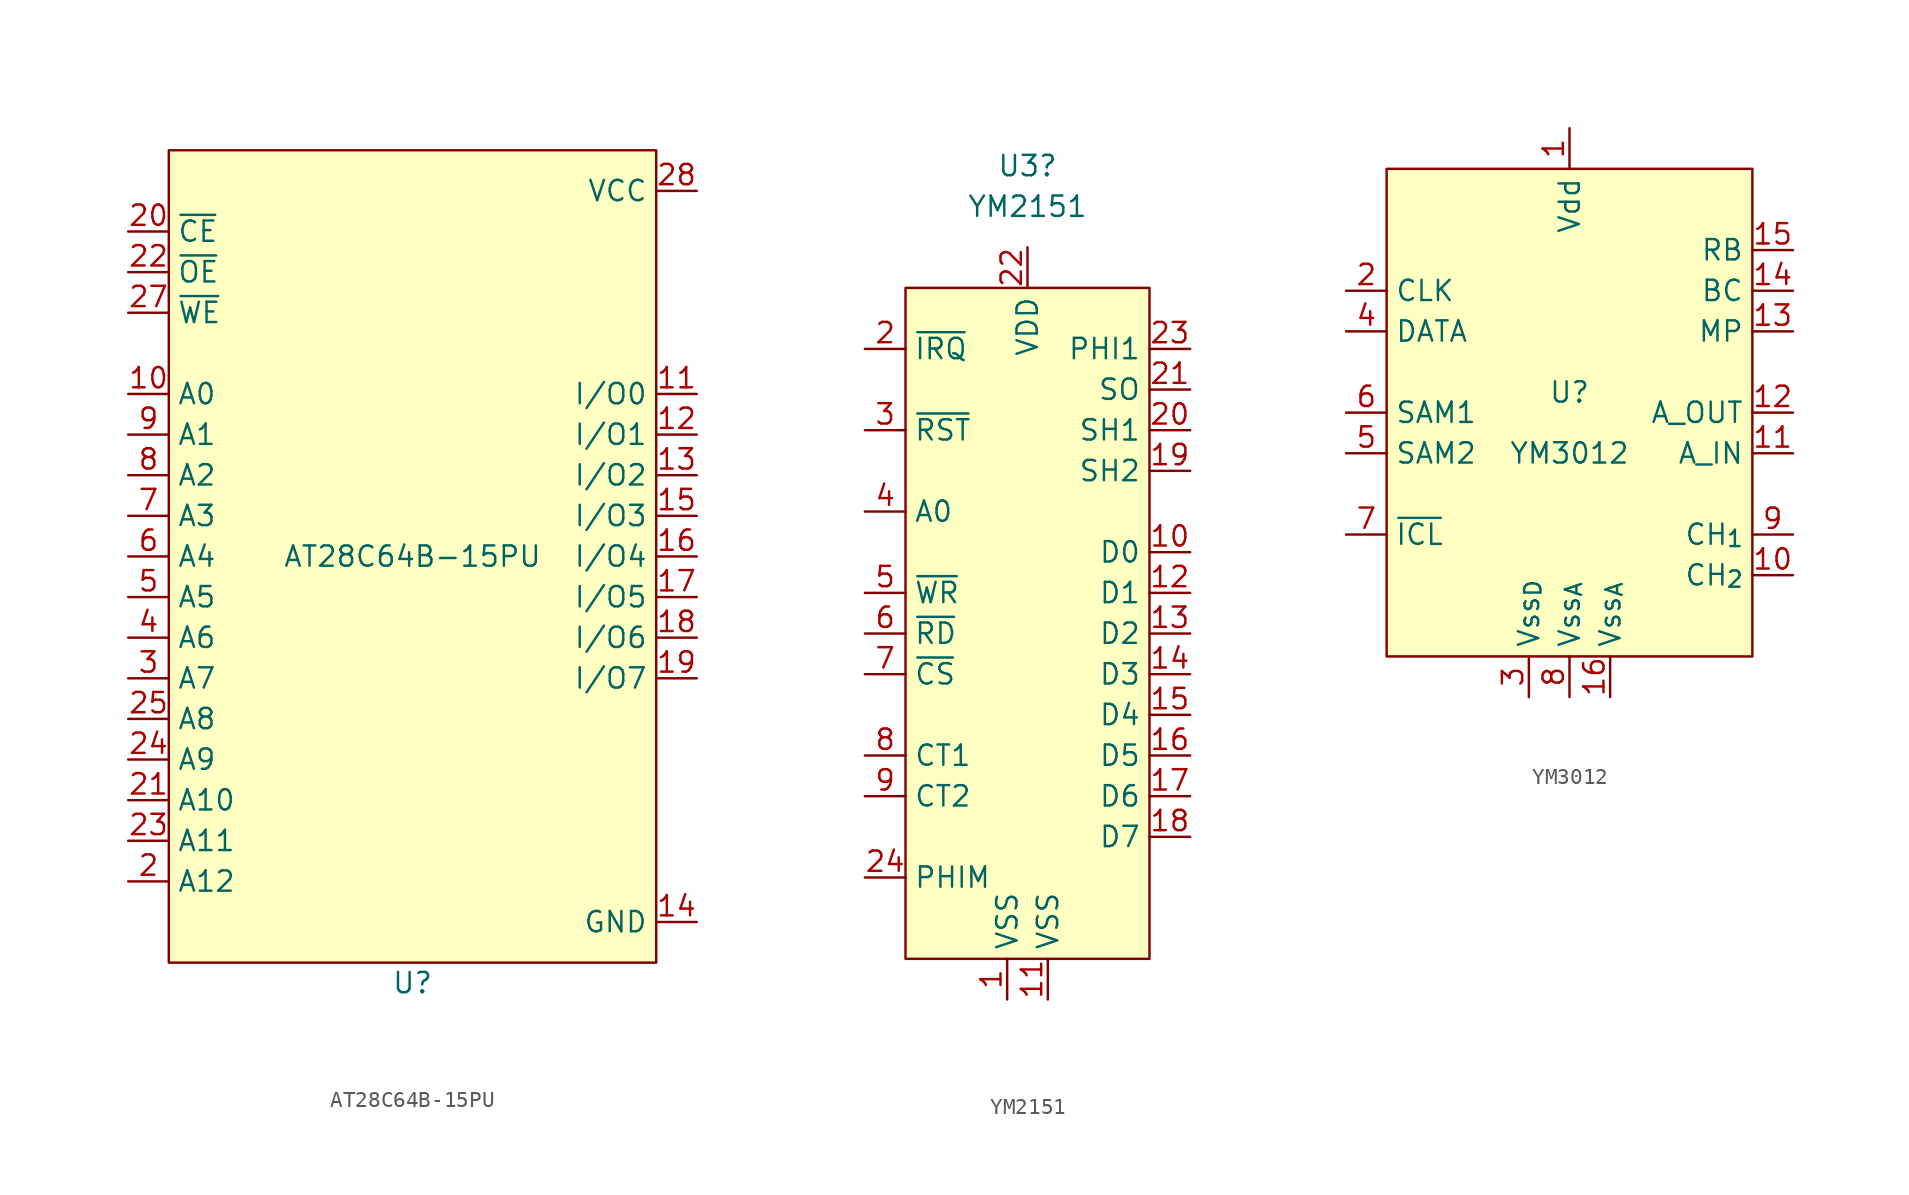
<source format=kicad_sym>
(kicad_symbol_lib
  (version 20211014)
  (generator kicad_symbol_editor)
  (symbol "AT28C64B-15PU"
    (property "Reference" "U"
      (at 0 -26.67 0)
      (effects (font (size 1.27 1.27))))
    (property "Value" "AT28C64B-15PU"
      (at 0 0 0)
      (effects (font (size 1.27 1.27))))
    (symbol "AT28C64B-15PU_0_0"
      (pin input line (at -17.78 10.16 0) (length 2.54) (name "A0" (effects (font (size 1.27 1.27)))) (number "10" (effects (font (size 1.27 1.27)))))
      (pin bidirectional line (at 17.78 10.16 180) (length 2.54) (name "I/O0" (effects (font (size 1.27 1.27)))) (number "11" (effects (font (size 1.27 1.27)))))
      (pin bidirectional line (at 17.78 7.62 180) (length 2.54) (name "I/O1" (effects (font (size 1.27 1.27)))) (number "12" (effects (font (size 1.27 1.27)))))
      (pin bidirectional line (at 17.78 5.08 180) (length 2.54) (name "I/O2" (effects (font (size 1.27 1.27)))) (number "13" (effects (font (size 1.27 1.27)))))
      (pin power_in line (at 17.78 -22.86 180) (length 2.54) (name "GND" (effects (font (size 1.27 1.27)))) (number "14" (effects (font (size 1.27 1.27)))))
      (pin bidirectional line (at 17.78 2.54 180) (length 2.54) (name "I/O3" (effects (font (size 1.27 1.27)))) (number "15" (effects (font (size 1.27 1.27)))))
      (pin bidirectional line (at 17.78 0 180) (length 2.54) (name "I/O4" (effects (font (size 1.27 1.27)))) (number "16" (effects (font (size 1.27 1.27)))))
      (pin bidirectional line (at 17.78 -2.54 180) (length 2.54) (name "I/O5" (effects (font (size 1.27 1.27)))) (number "17" (effects (font (size 1.27 1.27)))))
      (pin bidirectional line (at 17.78 -5.08 180) (length 2.54) (name "I/O6" (effects (font (size 1.27 1.27)))) (number "18" (effects (font (size 1.27 1.27)))))
      (pin bidirectional line (at 17.78 -7.62 180) (length 2.54) (name "I/O7" (effects (font (size 1.27 1.27)))) (number "19" (effects (font (size 1.27 1.27)))))
      (pin input line (at -17.78 -20.32 0) (length 2.54) (name "A12" (effects (font (size 1.27 1.27)))) (number "2" (effects (font (size 1.27 1.27)))))
      (pin input line (at -17.78 20.32 0) (length 2.54) (name "~{CE}" (effects (font (size 1.27 1.27)))) (number "20" (effects (font (size 1.27 1.27)))))
      (pin input line (at -17.78 -15.24 0) (length 2.54) (name "A10" (effects (font (size 1.27 1.27)))) (number "21" (effects (font (size 1.27 1.27)))))
      (pin input line (at -17.78 17.78 0) (length 2.54) (name "~{OE}" (effects (font (size 1.27 1.27)))) (number "22" (effects (font (size 1.27 1.27)))))
      (pin input line (at -17.78 -17.78 0) (length 2.54) (name "A11" (effects (font (size 1.27 1.27)))) (number "23" (effects (font (size 1.27 1.27)))))
      (pin input line (at -17.78 -12.7 0) (length 2.54) (name "A9" (effects (font (size 1.27 1.27)))) (number "24" (effects (font (size 1.27 1.27)))))
      (pin input line (at -17.78 -10.16 0) (length 2.54) (name "A8" (effects (font (size 1.27 1.27)))) (number "25" (effects (font (size 1.27 1.27)))))
      (pin input line (at -17.78 15.24 0) (length 2.54) (name "~{WE}" (effects (font (size 1.27 1.27)))) (number "27" (effects (font (size 1.27 1.27)))))
      (pin power_in line (at 17.78 22.86 180) (length 2.54) (name "VCC" (effects (font (size 1.27 1.27)))) (number "28" (effects (font (size 1.27 1.27)))))
      (pin input line (at -17.78 -7.62 0) (length 2.54) (name "A7" (effects (font (size 1.27 1.27)))) (number "3" (effects (font (size 1.27 1.27)))))
      (pin input line (at -17.78 -5.08 0) (length 2.54) (name "A6" (effects (font (size 1.27 1.27)))) (number "4" (effects (font (size 1.27 1.27)))))
      (pin input line (at -17.78 -2.54 0) (length 2.54) (name "A5" (effects (font (size 1.27 1.27)))) (number "5" (effects (font (size 1.27 1.27)))))
      (pin input line (at -17.78 0 0) (length 2.54) (name "A4" (effects (font (size 1.27 1.27)))) (number "6" (effects (font (size 1.27 1.27)))))
      (pin input line (at -17.78 2.54 0) (length 2.54) (name "A3" (effects (font (size 1.27 1.27)))) (number "7" (effects (font (size 1.27 1.27)))))
      (pin input line (at -17.78 5.08 0) (length 2.54) (name "A2" (effects (font (size 1.27 1.27)))) (number "8" (effects (font (size 1.27 1.27)))))
      (pin input line (at -17.78 7.62 0) (length 2.54) (name "A1" (effects (font (size 1.27 1.27)))) (number "9" (effects (font (size 1.27 1.27))))))
    (symbol "AT28C64B-15PU_0_1"
      (rectangle (start -15.24 25.4) (end 15.24 -25.4) (stroke (width 0.152) (type default) (color 0 0 0 0)) (fill (type background)))))
  (symbol "YM2151"
    (property "Reference" "U3"
      (at 0 25.4 0)
      (effects (font (size 1.27 1.27))))
    (property "Value" "YM2151"
      (at 0 22.86 0)
      (effects (font (size 1.27 1.27))))
    (symbol "YM2151_0_0"
      (pin power_in line (at -1.27 -26.67 90) (length 2.54) (name "VSS" (effects (font (size 1.27 1.27)))) (number "1" (effects (font (size 1.27 1.27)))))
      (pin tri_state line (at 10.16 1.27 180) (length 2.54) (name "D0" (effects (font (size 1.27 1.27)))) (number "10" (effects (font (size 1.27 1.27)))))
      (pin power_in line (at 1.27 -26.67 90) (length 2.54) (name "VSS" (effects (font (size 1.27 1.27)))) (number "11" (effects (font (size 1.27 1.27)))))
      (pin tri_state line (at 10.16 -1.27 180) (length 2.54) (name "D1" (effects (font (size 1.27 1.27)))) (number "12" (effects (font (size 1.27 1.27)))))
      (pin tri_state line (at 10.16 -3.81 180) (length 2.54) (name "D2" (effects (font (size 1.27 1.27)))) (number "13" (effects (font (size 1.27 1.27)))))
      (pin tri_state line (at 10.16 -6.35 180) (length 2.54) (name "D3" (effects (font (size 1.27 1.27)))) (number "14" (effects (font (size 1.27 1.27)))))
      (pin tri_state line (at 10.16 -8.89 180) (length 2.54) (name "D4" (effects (font (size 1.27 1.27)))) (number "15" (effects (font (size 1.27 1.27)))))
      (pin tri_state line (at 10.16 -11.43 180) (length 2.54) (name "D5" (effects (font (size 1.27 1.27)))) (number "16" (effects (font (size 1.27 1.27)))))
      (pin tri_state line (at 10.16 -13.97 180) (length 2.54) (name "D6" (effects (font (size 1.27 1.27)))) (number "17" (effects (font (size 1.27 1.27)))))
      (pin tri_state line (at 10.16 -16.51 180) (length 2.54) (name "D7" (effects (font (size 1.27 1.27)))) (number "18" (effects (font (size 1.27 1.27)))))
      (pin output line (at 10.16 6.35 180) (length 2.54) (name "SH2" (effects (font (size 1.27 1.27)))) (number "19" (effects (font (size 1.27 1.27)))))
      (pin open_collector line (at -10.16 13.97 0) (length 2.54) (name "~{IRQ}" (effects (font (size 1.27 1.27)))) (number "2" (effects (font (size 1.27 1.27)))))
      (pin output line (at 10.16 8.89 180) (length 2.54) (name "SH1" (effects (font (size 1.27 1.27)))) (number "20" (effects (font (size 1.27 1.27)))))
      (pin output line (at 10.16 11.43 180) (length 2.54) (name "SO" (effects (font (size 1.27 1.27)))) (number "21" (effects (font (size 1.27 1.27)))))
      (pin power_in line (at 0 20.32 270) (length 2.54) (name "VDD" (effects (font (size 1.27 1.27)))) (number "22" (effects (font (size 1.27 1.27)))))
      (pin output line (at 10.16 13.97 180) (length 2.54) (name "PHI1" (effects (font (size 1.27 1.27)))) (number "23" (effects (font (size 1.27 1.27)))))
      (pin input line (at -10.16 -19.05 0) (length 2.54) (name "PHIM" (effects (font (size 1.27 1.27)))) (number "24" (effects (font (size 1.27 1.27)))))
      (pin input line (at -10.16 8.89 0) (length 2.54) (name "~{RST}" (effects (font (size 1.27 1.27)))) (number "3" (effects (font (size 1.27 1.27)))))
      (pin input line (at -10.16 3.81 0) (length 2.54) (name "A0" (effects (font (size 1.27 1.27)))) (number "4" (effects (font (size 1.27 1.27)))))
      (pin input line (at -10.16 -1.27 0) (length 2.54) (name "~{WR}" (effects (font (size 1.27 1.27)))) (number "5" (effects (font (size 1.27 1.27)))))
      (pin input line (at -10.16 -3.81 0) (length 2.54) (name "~{RD}" (effects (font (size 1.27 1.27)))) (number "6" (effects (font (size 1.27 1.27)))))
      (pin input line (at -10.16 -6.35 0) (length 2.54) (name "~{CS}" (effects (font (size 1.27 1.27)))) (number "7" (effects (font (size 1.27 1.27)))))
      (pin output line (at -10.16 -11.43 0) (length 2.54) (name "CT1" (effects (font (size 1.27 1.27)))) (number "8" (effects (font (size 1.27 1.27)))))
      (pin output line (at -10.16 -13.97 0) (length 2.54) (name "CT2" (effects (font (size 1.27 1.27)))) (number "9" (effects (font (size 1.27 1.27))))))
    (symbol "YM2151_0_1"
      (rectangle (start -7.62 17.78) (end 7.62 -24.13) (stroke (width 0.152) (type default) (color 0 0 0 0)) (fill (type background)))))
  (symbol "YM3012"
    (property "Reference" "U"
      (at 0 1.27 0)
      (effects (font (size 1.27 1.27))))
    (property "Value" "YM3012"
      (at 0 -2.54 0)
      (effects (font (size 1.27 1.27))))
    (symbol "YM3012_0_0"
      (pin power_in line (at 0 17.78 270) (length 2.54) (name "Vdd" (effects (font (size 1.27 1.27)))) (number "1" (effects (font (size 1.27 1.27)))))
      (pin output line (at 13.97 -10.16 180) (length 2.54) (name "CH_{2}" (effects (font (size 1.27 1.27)))) (number "10" (effects (font (size 1.27 1.27)))))
      (pin input line (at 13.97 -2.54 180) (length 2.54) (name "A_IN" (effects (font (size 1.27 1.27)))) (number "11" (effects (font (size 1.27 1.27)))))
      (pin output line (at 13.97 0 180) (length 2.54) (name "A_OUT" (effects (font (size 1.27 1.27)))) (number "12" (effects (font (size 1.27 1.27)))))
      (pin input line (at 13.97 5.08 180) (length 2.54) (name "MP" (effects (font (size 1.27 1.27)))) (number "13" (effects (font (size 1.27 1.27)))))
      (pin input line (at 13.97 7.62 180) (length 2.54) (name "BC" (effects (font (size 1.27 1.27)))) (number "14" (effects (font (size 1.27 1.27)))))
      (pin input line (at 13.97 10.16 180) (length 2.54) (name "RB" (effects (font (size 1.27 1.27)))) (number "15" (effects (font (size 1.27 1.27)))))
      (pin power_in line (at 2.54 -17.78 90) (length 2.54) (name "Vss_{A}" (effects (font (size 1.27 1.27)))) (number "16" (effects (font (size 1.27 1.27)))))
      (pin input line (at -13.97 7.62 0) (length 2.54) (name "CLK" (effects (font (size 1.27 1.27)))) (number "2" (effects (font (size 1.27 1.27)))))
      (pin power_in line (at -2.54 -17.78 90) (length 2.54) (name "Vss_{D}" (effects (font (size 1.27 1.27)))) (number "3" (effects (font (size 1.27 1.27)))))
      (pin input line (at -13.97 5.08 0) (length 2.54) (name "DATA" (effects (font (size 1.27 1.27)))) (number "4" (effects (font (size 1.27 1.27)))))
      (pin input line (at -13.97 -2.54 0) (length 2.54) (name "SAM2" (effects (font (size 1.27 1.27)))) (number "5" (effects (font (size 1.27 1.27)))))
      (pin input line (at -13.97 0 0) (length 2.54) (name "SAM1" (effects (font (size 1.27 1.27)))) (number "6" (effects (font (size 1.27 1.27)))))
      (pin input line (at -13.97 -7.62 0) (length 2.54) (name "~{ICL}" (effects (font (size 1.27 1.27)))) (number "7" (effects (font (size 1.27 1.27)))))
      (pin input line (at 0 -17.78 90) (length 2.54) (name "Vss_{A}" (effects (font (size 1.27 1.27)))) (number "8" (effects (font (size 1.27 1.27)))))
      (pin output line (at 13.97 -7.62 180) (length 2.54) (name "CH_{1}" (effects (font (size 1.27 1.27)))) (number "9" (effects (font (size 1.27 1.27))))))
    (symbol "YM3012_0_1"
      (rectangle (start -11.43 15.24) (end 11.43 -15.24) (stroke (width 0.152) (type default) (color 0 0 0 0)) (fill (type background))))))
</source>
